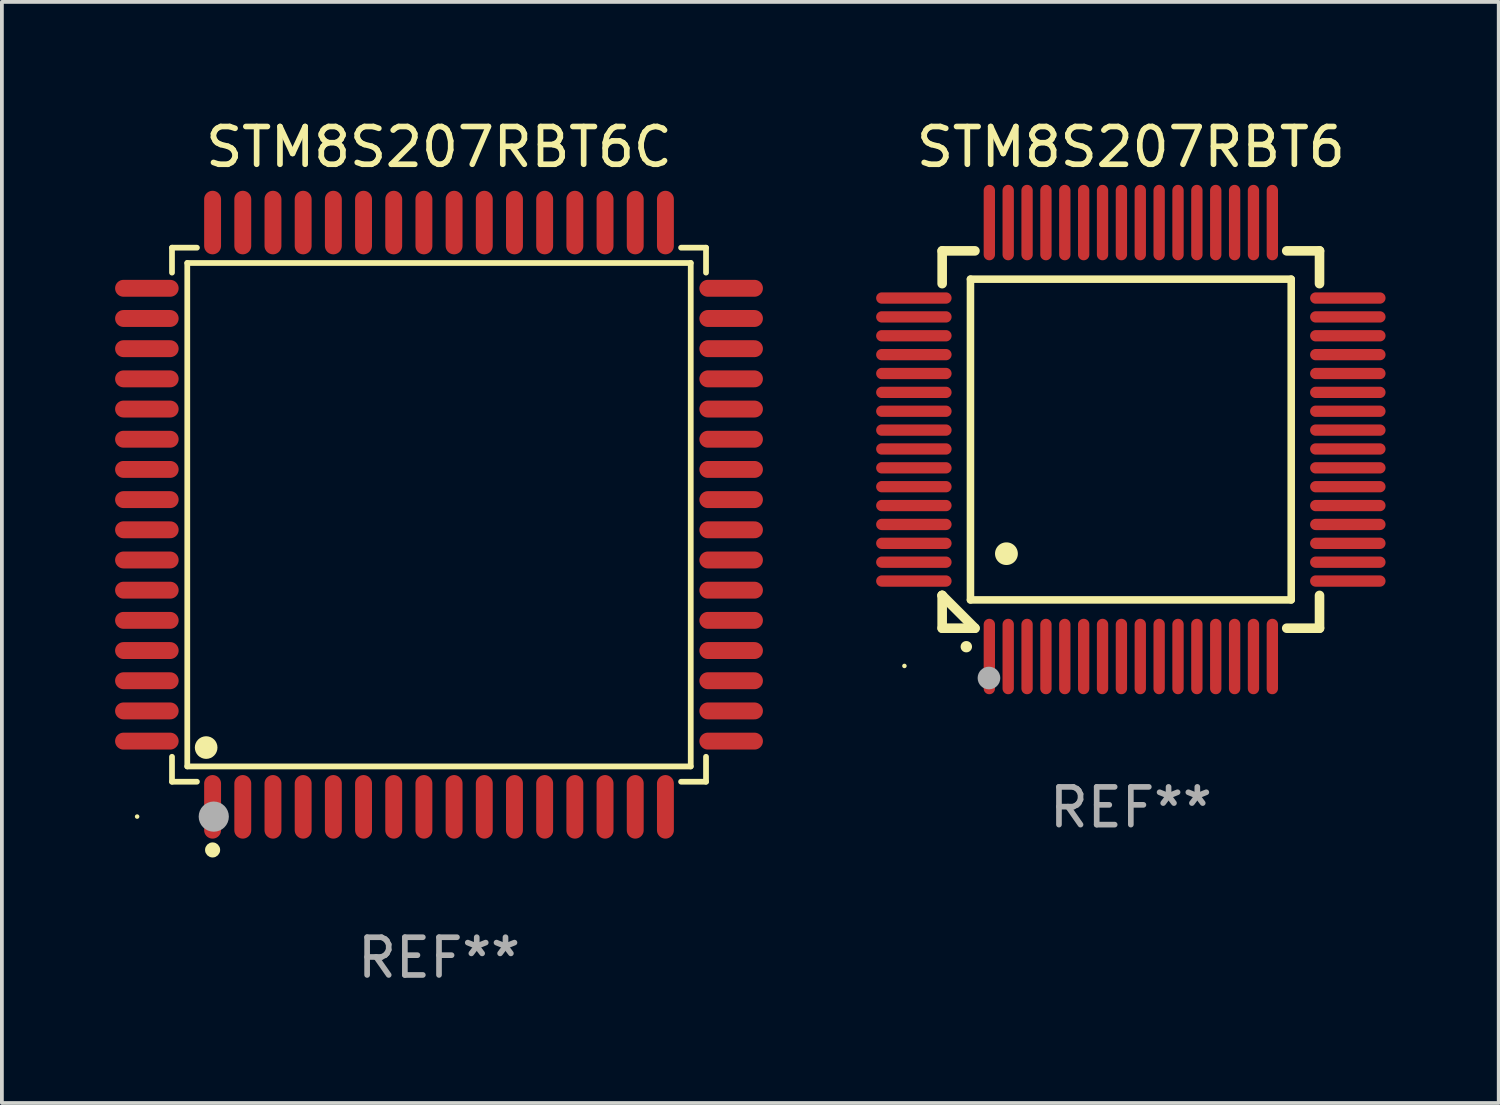
<source format=kicad_pcb>
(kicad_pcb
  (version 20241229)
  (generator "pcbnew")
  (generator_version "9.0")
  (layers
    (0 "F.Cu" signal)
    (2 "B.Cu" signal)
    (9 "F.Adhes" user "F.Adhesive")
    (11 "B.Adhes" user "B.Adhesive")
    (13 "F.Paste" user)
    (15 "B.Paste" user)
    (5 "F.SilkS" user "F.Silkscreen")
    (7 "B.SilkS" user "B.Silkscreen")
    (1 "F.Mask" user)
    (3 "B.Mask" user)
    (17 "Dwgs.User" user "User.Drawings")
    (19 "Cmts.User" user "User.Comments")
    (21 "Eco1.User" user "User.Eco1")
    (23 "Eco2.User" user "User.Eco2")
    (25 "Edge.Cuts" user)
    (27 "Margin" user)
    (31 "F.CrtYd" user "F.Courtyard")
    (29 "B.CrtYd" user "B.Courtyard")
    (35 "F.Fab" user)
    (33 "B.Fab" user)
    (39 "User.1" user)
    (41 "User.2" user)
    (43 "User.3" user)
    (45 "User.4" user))
  (footprint "STM8S207RBT6"
    (layer "F.Cu")
    (at 26.918 8.598)
    (property "Reference" "STM8S207RBT6" (at 0 -7.75 0) (layer "F.SilkS") (effects (font (size 1 1) (thickness 0.15))))
    (attr through_hole)
    (fp_line (start -5 -5) (end -4.131 -5) (stroke (width 0.254) (type solid)) (layer "F.SilkS"))
    (fp_line (start -5 -4.131) (end -5 -5) (stroke (width 0.254) (type solid)) (layer "F.SilkS"))
    (fp_line (start -5 4.131) (end -5 4.131) (stroke (width 0.254) (type solid)) (layer "F.SilkS"))
    (fp_line (start -5 5) (end -5 4.131) (stroke (width 0.254) (type solid)) (layer "F.SilkS"))
    (fp_line (start -5 4.131) (end -4.131 5) (stroke (width 0.254) (type solid)) (layer "F.SilkS"))
    (fp_line (start -4.25 -4.25) (end -4.25 4.25) (stroke (width 0.2) (type solid)) (layer "F.SilkS"))
    (fp_line (start -4.25 4.25) (end 4.25 4.25) (stroke (width 0.2) (type solid)) (layer "F.SilkS"))
    (fp_line (start -4.131 5) (end -5 5) (stroke (width 0.254) (type solid)) (layer "F.SilkS"))
    (fp_line (start 4.25 -4.25) (end -4.25 -4.25) (stroke (width 0.2) (type solid)) (layer "F.SilkS"))
    (fp_line (start 4.25 4.25) (end 4.25 -4.25) (stroke (width 0.2) (type solid)) (layer "F.SilkS"))
    (fp_line (start 5 -5) (end 4.131 -5) (stroke (width 0.254) (type solid)) (layer "F.SilkS"))
    (fp_line (start 5 -5) (end 5 -4.131) (stroke (width 0.254) (type solid)) (layer "F.SilkS"))
    (fp_line (start 5 4.131) (end 5 5) (stroke (width 0.254) (type solid)) (layer "F.SilkS"))
    (fp_line (start 5 5) (end 4.131 5) (stroke (width 0.254) (type solid)) (layer "F.SilkS"))
    (fp_arc (start -4.361265 5.489992) (mid -4.359995 5.489987) (end -4.358725 5.489992) (stroke (width 0.3) (type solid)) (layer "F.SilkS"))
    (fp_arc (start -3.299467 3.025146) (mid -3.296927 3.025135) (end -3.294387 3.025146) (stroke (width 0.6) (type solid)) (layer "F.SilkS"))
    (fp_circle (center -6 6) (end -5.97 6) (stroke (width 0.06) (type solid)) (fill no) (layer "F.SilkS"))
    (fp_circle (center -3.76 6.32) (end -3.61 6.32) (stroke (width 0.3) (type solid)) (fill no) (layer "F.Fab"))
    (fp_text user "REF**" (at 0 9.75 0) (layer "F.Fab") (effects (font (size 1 1) (thickness 0.15))))
    (pad "1" smd oval (at -3.75 5.75) (size 0.3 2) (layers "F.Cu" "F.Mask" "F.Paste"))
    (pad "2" smd oval (at -3.25 5.75) (size 0.3 2) (layers "F.Cu" "F.Mask" "F.Paste"))
    (pad "3" smd oval (at -2.75 5.75) (size 0.3 2) (layers "F.Cu" "F.Mask" "F.Paste"))
    (pad "4" smd oval (at -2.25 5.75) (size 0.3 2) (layers "F.Cu" "F.Mask" "F.Paste"))
    (pad "5" smd oval (at -1.75 5.75) (size 0.3 2) (layers "F.Cu" "F.Mask" "F.Paste"))
    (pad "6" smd oval (at -1.25 5.75) (size 0.3 2) (layers "F.Cu" "F.Mask" "F.Paste"))
    (pad "7" smd oval (at -0.75 5.75) (size 0.3 2) (layers "F.Cu" "F.Mask" "F.Paste"))
    (pad "8" smd oval (at -0.25 5.75) (size 0.3 2) (layers "F.Cu" "F.Mask" "F.Paste"))
    (pad "9" smd oval (at 0.25 5.75) (size 0.3 2) (layers "F.Cu" "F.Mask" "F.Paste"))
    (pad "10" smd oval (at 0.75 5.75) (size 0.3 2) (layers "F.Cu" "F.Mask" "F.Paste"))
    (pad "11" smd oval (at 1.25 5.75) (size 0.3 2) (layers "F.Cu" "F.Mask" "F.Paste"))
    (pad "12" smd oval (at 1.75 5.75) (size 0.3 2) (layers "F.Cu" "F.Mask" "F.Paste"))
    (pad "13" smd oval (at 2.25 5.75) (size 0.3 2) (layers "F.Cu" "F.Mask" "F.Paste"))
    (pad "14" smd oval (at 2.75 5.75) (size 0.3 2) (layers "F.Cu" "F.Mask" "F.Paste"))
    (pad "15" smd oval (at 3.25 5.75) (size 0.3 2) (layers "F.Cu" "F.Mask" "F.Paste"))
    (pad "16" smd oval (at 3.75 5.75) (size 0.3 2) (layers "F.Cu" "F.Mask" "F.Paste"))
    (pad "17" smd oval (at 5.75 3.75) (size 2 0.3) (layers "F.Cu" "F.Mask" "F.Paste"))
    (pad "18" smd oval (at 5.75 3.25) (size 2 0.3) (layers "F.Cu" "F.Mask" "F.Paste"))
    (pad "19" smd oval (at 5.75 2.75) (size 2 0.3) (layers "F.Cu" "F.Mask" "F.Paste"))
    (pad "20" smd oval (at 5.75 2.25) (size 2 0.3) (layers "F.Cu" "F.Mask" "F.Paste"))
    (pad "21" smd oval (at 5.75 1.75) (size 2 0.3) (layers "F.Cu" "F.Mask" "F.Paste"))
    (pad "22" smd oval (at 5.75 1.25) (size 2 0.3) (layers "F.Cu" "F.Mask" "F.Paste"))
    (pad "23" smd oval (at 5.75 0.75) (size 2 0.3) (layers "F.Cu" "F.Mask" "F.Paste"))
    (pad "24" smd oval (at 5.75 0.25) (size 2 0.3) (layers "F.Cu" "F.Mask" "F.Paste"))
    (pad "25" smd oval (at 5.75 -0.25) (size 2 0.3) (layers "F.Cu" "F.Mask" "F.Paste"))
    (pad "26" smd oval (at 5.75 -0.75) (size 2 0.3) (layers "F.Cu" "F.Mask" "F.Paste"))
    (pad "27" smd oval (at 5.75 -1.25) (size 2 0.3) (layers "F.Cu" "F.Mask" "F.Paste"))
    (pad "28" smd oval (at 5.75 -1.75) (size 2 0.3) (layers "F.Cu" "F.Mask" "F.Paste"))
    (pad "29" smd oval (at 5.75 -2.25) (size 2 0.3) (layers "F.Cu" "F.Mask" "F.Paste"))
    (pad "30" smd oval (at 5.75 -2.75) (size 2 0.3) (layers "F.Cu" "F.Mask" "F.Paste"))
    (pad "31" smd oval (at 5.75 -3.25) (size 2 0.3) (layers "F.Cu" "F.Mask" "F.Paste"))
    (pad "32" smd oval (at 5.75 -3.75) (size 2 0.3) (layers "F.Cu" "F.Mask" "F.Paste"))
    (pad "33" smd oval (at 3.75 -5.75) (size 0.3 2) (layers "F.Cu" "F.Mask" "F.Paste"))
    (pad "34" smd oval (at 3.25 -5.75) (size 0.3 2) (layers "F.Cu" "F.Mask" "F.Paste"))
    (pad "35" smd oval (at 2.75 -5.75) (size 0.3 2) (layers "F.Cu" "F.Mask" "F.Paste"))
    (pad "36" smd oval (at 2.25 -5.75) (size 0.3 2) (layers "F.Cu" "F.Mask" "F.Paste"))
    (pad "37" smd oval (at 1.75 -5.75) (size 0.3 2) (layers "F.Cu" "F.Mask" "F.Paste"))
    (pad "38" smd oval (at 1.25 -5.75) (size 0.3 2) (layers "F.Cu" "F.Mask" "F.Paste"))
    (pad "39" smd oval (at 0.75 -5.75) (size 0.3 2) (layers "F.Cu" "F.Mask" "F.Paste"))
    (pad "40" smd oval (at 0.25 -5.75) (size 0.3 2) (layers "F.Cu" "F.Mask" "F.Paste"))
    (pad "41" smd oval (at -0.25 -5.75) (size 0.3 2) (layers "F.Cu" "F.Mask" "F.Paste"))
    (pad "42" smd oval (at -0.75 -5.75) (size 0.3 2) (layers "F.Cu" "F.Mask" "F.Paste"))
    (pad "43" smd oval (at -1.25 -5.75) (size 0.3 2) (layers "F.Cu" "F.Mask" "F.Paste"))
    (pad "44" smd oval (at -1.75 -5.75) (size 0.3 2) (layers "F.Cu" "F.Mask" "F.Paste"))
    (pad "45" smd oval (at -2.25 -5.75) (size 0.3 2) (layers "F.Cu" "F.Mask" "F.Paste"))
    (pad "46" smd oval (at -2.75 -5.75) (size 0.3 2) (layers "F.Cu" "F.Mask" "F.Paste"))
    (pad "47" smd oval (at -3.25 -5.75) (size 0.3 2) (layers "F.Cu" "F.Mask" "F.Paste"))
    (pad "48" smd oval (at -3.75 -5.75) (size 0.3 2) (layers "F.Cu" "F.Mask" "F.Paste"))
    (pad "49" smd oval (at -5.75 -3.75) (size 2 0.3) (layers "F.Cu" "F.Mask" "F.Paste"))
    (pad "50" smd oval (at -5.75 -3.25) (size 2 0.3) (layers "F.Cu" "F.Mask" "F.Paste"))
    (pad "51" smd oval (at -5.75 -2.75) (size 2 0.3) (layers "F.Cu" "F.Mask" "F.Paste"))
    (pad "52" smd oval (at -5.75 -2.25) (size 2 0.3) (layers "F.Cu" "F.Mask" "F.Paste"))
    (pad "53" smd oval (at -5.75 -1.75) (size 2 0.3) (layers "F.Cu" "F.Mask" "F.Paste"))
    (pad "54" smd oval (at -5.75 -1.25) (size 2 0.3) (layers "F.Cu" "F.Mask" "F.Paste"))
    (pad "55" smd oval (at -5.75 -0.75) (size 2 0.3) (layers "F.Cu" "F.Mask" "F.Paste"))
    (pad "56" smd oval (at -5.75 -0.25) (size 2 0.3) (layers "F.Cu" "F.Mask" "F.Paste"))
    (pad "57" smd oval (at -5.75 0.25) (size 2 0.3) (layers "F.Cu" "F.Mask" "F.Paste"))
    (pad "58" smd oval (at -5.75 0.75) (size 2 0.3) (layers "F.Cu" "F.Mask" "F.Paste"))
    (pad "59" smd oval (at -5.75 1.25) (size 2 0.3) (layers "F.Cu" "F.Mask" "F.Paste"))
    (pad "60" smd oval (at -5.75 1.75) (size 2 0.3) (layers "F.Cu" "F.Mask" "F.Paste"))
    (pad "61" smd oval (at -5.75 2.25) (size 2 0.3) (layers "F.Cu" "F.Mask" "F.Paste"))
    (pad "62" smd oval (at -5.75 2.75) (size 2 0.3) (layers "F.Cu" "F.Mask" "F.Paste"))
    (pad "63" smd oval (at -5.75 3.25) (size 2 0.3) (layers "F.Cu" "F.Mask" "F.Paste"))
    (pad "64" smd oval (at -5.75 3.75) (size 2 0.3) (layers "F.Cu" "F.Mask" "F.Paste")))
  (footprint "STM8S207RBT6C"
    (layer "F.Cu")
    (at 8.584 10.59)
    (property "Reference" "STM8S207RBT6C" (at 0 -9.742 0) (layer "F.SilkS") (effects (font (size 1 1) (thickness 0.15))))
    (attr through_hole)
    (fp_line (start -7.076 -7.076) (end -6.415 -7.076) (stroke (width 0.152) (type solid)) (layer "F.SilkS"))
    (fp_line (start -7.076 -6.415) (end -7.076 -7.076) (stroke (width 0.152) (type solid)) (layer "F.SilkS"))
    (fp_line (start -7.076 6.415) (end -7.076 7.076) (stroke (width 0.152) (type solid)) (layer "F.SilkS"))
    (fp_line (start -7.076 7.076) (end -6.415 7.076) (stroke (width 0.152) (type solid)) (layer "F.SilkS"))
    (fp_line (start -6.671 -6.671) (end 6.671 -6.671) (stroke (width 0.152) (type solid)) (layer "F.SilkS"))
    (fp_line (start -6.671 6.671) (end -6.671 -6.671) (stroke (width 0.152) (type solid)) (layer "F.SilkS"))
    (fp_line (start 6.671 -6.671) (end 6.671 6.671) (stroke (width 0.152) (type solid)) (layer "F.SilkS"))
    (fp_line (start 6.671 6.671) (end -6.671 6.671) (stroke (width 0.152) (type solid)) (layer "F.SilkS"))
    (fp_line (start 7.076 -7.076) (end 6.415 -7.076) (stroke (width 0.152) (type solid)) (layer "F.SilkS"))
    (fp_line (start 7.076 -6.415) (end 7.076 -7.076) (stroke (width 0.152) (type solid)) (layer "F.SilkS"))
    (fp_line (start 7.076 6.415) (end 7.076 7.076) (stroke (width 0.152) (type solid)) (layer "F.SilkS"))
    (fp_line (start 7.076 7.076) (end 6.415 7.076) (stroke (width 0.152) (type solid)) (layer "F.SilkS"))
    (fp_circle (center -8 8) (end -7.97 8) (stroke (width 0.06) (type solid)) (fill no) (layer "F.SilkS"))
    (fp_circle (center -6.171 6.171) (end -6.021 6.171) (stroke (width 0.3) (type solid)) (fill no) (layer "F.SilkS"))
    (fp_circle (center -6 8.884) (end -5.9 8.884) (stroke (width 0.2) (type solid)) (fill no) (layer "F.SilkS"))
    (fp_circle (center -5.969 8.001) (end -5.769 8.001) (stroke (width 0.4) (type solid)) (fill no) (layer "F.Fab"))
    (fp_text user "REF**" (at 0 11.742 0) (layer "F.Fab") (effects (font (size 1 1) (thickness 0.15))))
    (pad "1" smd oval (at -6 7.742) (size 0.448 1.684) (layers "F.Cu" "F.Mask" "F.Paste"))
    (pad "2" smd oval (at -5.2 7.742) (size 0.448 1.684) (layers "F.Cu" "F.Mask" "F.Paste"))
    (pad "3" smd oval (at -4.4 7.742) (size 0.448 1.684) (layers "F.Cu" "F.Mask" "F.Paste"))
    (pad "4" smd oval (at -3.6 7.742) (size 0.448 1.684) (layers "F.Cu" "F.Mask" "F.Paste"))
    (pad "5" smd oval (at -2.8 7.742) (size 0.448 1.684) (layers "F.Cu" "F.Mask" "F.Paste"))
    (pad "6" smd oval (at -2 7.742) (size 0.448 1.684) (layers "F.Cu" "F.Mask" "F.Paste"))
    (pad "7" smd oval (at -1.2 7.742) (size 0.448 1.684) (layers "F.Cu" "F.Mask" "F.Paste"))
    (pad "8" smd oval (at -0.4 7.742) (size 0.448 1.684) (layers "F.Cu" "F.Mask" "F.Paste"))
    (pad "9" smd oval (at 0.4 7.742) (size 0.448 1.684) (layers "F.Cu" "F.Mask" "F.Paste"))
    (pad "10" smd oval (at 1.2 7.742) (size 0.448 1.684) (layers "F.Cu" "F.Mask" "F.Paste"))
    (pad "11" smd oval (at 2 7.742) (size 0.448 1.684) (layers "F.Cu" "F.Mask" "F.Paste"))
    (pad "12" smd oval (at 2.8 7.742) (size 0.448 1.684) (layers "F.Cu" "F.Mask" "F.Paste"))
    (pad "13" smd oval (at 3.6 7.742) (size 0.448 1.684) (layers "F.Cu" "F.Mask" "F.Paste"))
    (pad "14" smd oval (at 4.4 7.742) (size 0.448 1.684) (layers "F.Cu" "F.Mask" "F.Paste"))
    (pad "15" smd oval (at 5.2 7.742) (size 0.448 1.684) (layers "F.Cu" "F.Mask" "F.Paste"))
    (pad "16" smd oval (at 6 7.742) (size 0.448 1.684) (layers "F.Cu" "F.Mask" "F.Paste"))
    (pad "17" smd oval (at 7.742 6) (size 1.684 0.448) (layers "F.Cu" "F.Mask" "F.Paste"))
    (pad "18" smd oval (at 7.742 5.2) (size 1.684 0.448) (layers "F.Cu" "F.Mask" "F.Paste"))
    (pad "19" smd oval (at 7.742 4.4) (size 1.684 0.448) (layers "F.Cu" "F.Mask" "F.Paste"))
    (pad "20" smd oval (at 7.742 3.6) (size 1.684 0.448) (layers "F.Cu" "F.Mask" "F.Paste"))
    (pad "21" smd oval (at 7.742 2.8) (size 1.684 0.448) (layers "F.Cu" "F.Mask" "F.Paste"))
    (pad "22" smd oval (at 7.742 2) (size 1.684 0.448) (layers "F.Cu" "F.Mask" "F.Paste"))
    (pad "23" smd oval (at 7.742 1.2) (size 1.684 0.448) (layers "F.Cu" "F.Mask" "F.Paste"))
    (pad "24" smd oval (at 7.742 0.4) (size 1.684 0.448) (layers "F.Cu" "F.Mask" "F.Paste"))
    (pad "25" smd oval (at 7.742 -0.4) (size 1.684 0.448) (layers "F.Cu" "F.Mask" "F.Paste"))
    (pad "26" smd oval (at 7.742 -1.2) (size 1.684 0.448) (layers "F.Cu" "F.Mask" "F.Paste"))
    (pad "27" smd oval (at 7.742 -2) (size 1.684 0.448) (layers "F.Cu" "F.Mask" "F.Paste"))
    (pad "28" smd oval (at 7.742 -2.8) (size 1.684 0.448) (layers "F.Cu" "F.Mask" "F.Paste"))
    (pad "29" smd oval (at 7.742 -3.6) (size 1.684 0.448) (layers "F.Cu" "F.Mask" "F.Paste"))
    (pad "30" smd oval (at 7.742 -4.4) (size 1.684 0.448) (layers "F.Cu" "F.Mask" "F.Paste"))
    (pad "31" smd oval (at 7.742 -5.2) (size 1.684 0.448) (layers "F.Cu" "F.Mask" "F.Paste"))
    (pad "32" smd oval (at 7.742 -6) (size 1.684 0.448) (layers "F.Cu" "F.Mask" "F.Paste"))
    (pad "33" smd oval (at 6 -7.742) (size 0.448 1.684) (layers "F.Cu" "F.Mask" "F.Paste"))
    (pad "34" smd oval (at 5.2 -7.742) (size 0.448 1.684) (layers "F.Cu" "F.Mask" "F.Paste"))
    (pad "35" smd oval (at 4.4 -7.742) (size 0.448 1.684) (layers "F.Cu" "F.Mask" "F.Paste"))
    (pad "36" smd oval (at 3.6 -7.742) (size 0.448 1.684) (layers "F.Cu" "F.Mask" "F.Paste"))
    (pad "37" smd oval (at 2.8 -7.742) (size 0.448 1.684) (layers "F.Cu" "F.Mask" "F.Paste"))
    (pad "38" smd oval (at 2 -7.742) (size 0.448 1.684) (layers "F.Cu" "F.Mask" "F.Paste"))
    (pad "39" smd oval (at 1.2 -7.742) (size 0.448 1.684) (layers "F.Cu" "F.Mask" "F.Paste"))
    (pad "40" smd oval (at 0.4 -7.742) (size 0.448 1.684) (layers "F.Cu" "F.Mask" "F.Paste"))
    (pad "41" smd oval (at -0.4 -7.742) (size 0.448 1.684) (layers "F.Cu" "F.Mask" "F.Paste"))
    (pad "42" smd oval (at -1.2 -7.742) (size 0.448 1.684) (layers "F.Cu" "F.Mask" "F.Paste"))
    (pad "43" smd oval (at -2 -7.742) (size 0.448 1.684) (layers "F.Cu" "F.Mask" "F.Paste"))
    (pad "44" smd oval (at -2.8 -7.742) (size 0.448 1.684) (layers "F.Cu" "F.Mask" "F.Paste"))
    (pad "45" smd oval (at -3.6 -7.742) (size 0.448 1.684) (layers "F.Cu" "F.Mask" "F.Paste"))
    (pad "46" smd oval (at -4.4 -7.742) (size 0.448 1.684) (layers "F.Cu" "F.Mask" "F.Paste"))
    (pad "47" smd oval (at -5.2 -7.742) (size 0.448 1.684) (layers "F.Cu" "F.Mask" "F.Paste"))
    (pad "48" smd oval (at -6 -7.742) (size 0.448 1.684) (layers "F.Cu" "F.Mask" "F.Paste"))
    (pad "49" smd oval (at -7.742 -6) (size 1.684 0.448) (layers "F.Cu" "F.Mask" "F.Paste"))
    (pad "50" smd oval (at -7.742 -5.2) (size 1.684 0.448) (layers "F.Cu" "F.Mask" "F.Paste"))
    (pad "51" smd oval (at -7.742 -4.4) (size 1.684 0.448) (layers "F.Cu" "F.Mask" "F.Paste"))
    (pad "52" smd oval (at -7.742 -3.6) (size 1.684 0.448) (layers "F.Cu" "F.Mask" "F.Paste"))
    (pad "53" smd oval (at -7.742 -2.8) (size 1.684 0.448) (layers "F.Cu" "F.Mask" "F.Paste"))
    (pad "54" smd oval (at -7.742 -2) (size 1.684 0.448) (layers "F.Cu" "F.Mask" "F.Paste"))
    (pad "55" smd oval (at -7.742 -1.2) (size 1.684 0.448) (layers "F.Cu" "F.Mask" "F.Paste"))
    (pad "56" smd oval (at -7.742 -0.4) (size 1.684 0.448) (layers "F.Cu" "F.Mask" "F.Paste"))
    (pad "57" smd oval (at -7.742 0.4) (size 1.684 0.448) (layers "F.Cu" "F.Mask" "F.Paste"))
    (pad "58" smd oval (at -7.742 1.2) (size 1.684 0.448) (layers "F.Cu" "F.Mask" "F.Paste"))
    (pad "59" smd oval (at -7.742 2) (size 1.684 0.448) (layers "F.Cu" "F.Mask" "F.Paste"))
    (pad "60" smd oval (at -7.742 2.8) (size 1.684 0.448) (layers "F.Cu" "F.Mask" "F.Paste"))
    (pad "61" smd oval (at -7.742 3.6) (size 1.684 0.448) (layers "F.Cu" "F.Mask" "F.Paste"))
    (pad "62" smd oval (at -7.742 4.4) (size 1.684 0.448) (layers "F.Cu" "F.Mask" "F.Paste"))
    (pad "63" smd oval (at -7.742 5.2) (size 1.684 0.448) (layers "F.Cu" "F.Mask" "F.Paste"))
    (pad "64" smd oval (at -7.742 6) (size 1.684 0.448) (layers "F.Cu" "F.Mask" "F.Paste")))
  (gr_rect
    (start -3 -3)
    (end 36.667 26.18)
    (stroke (width 0.1) (type default))
    (fill no)
    (layer "Edge.Cuts")))
</source>
